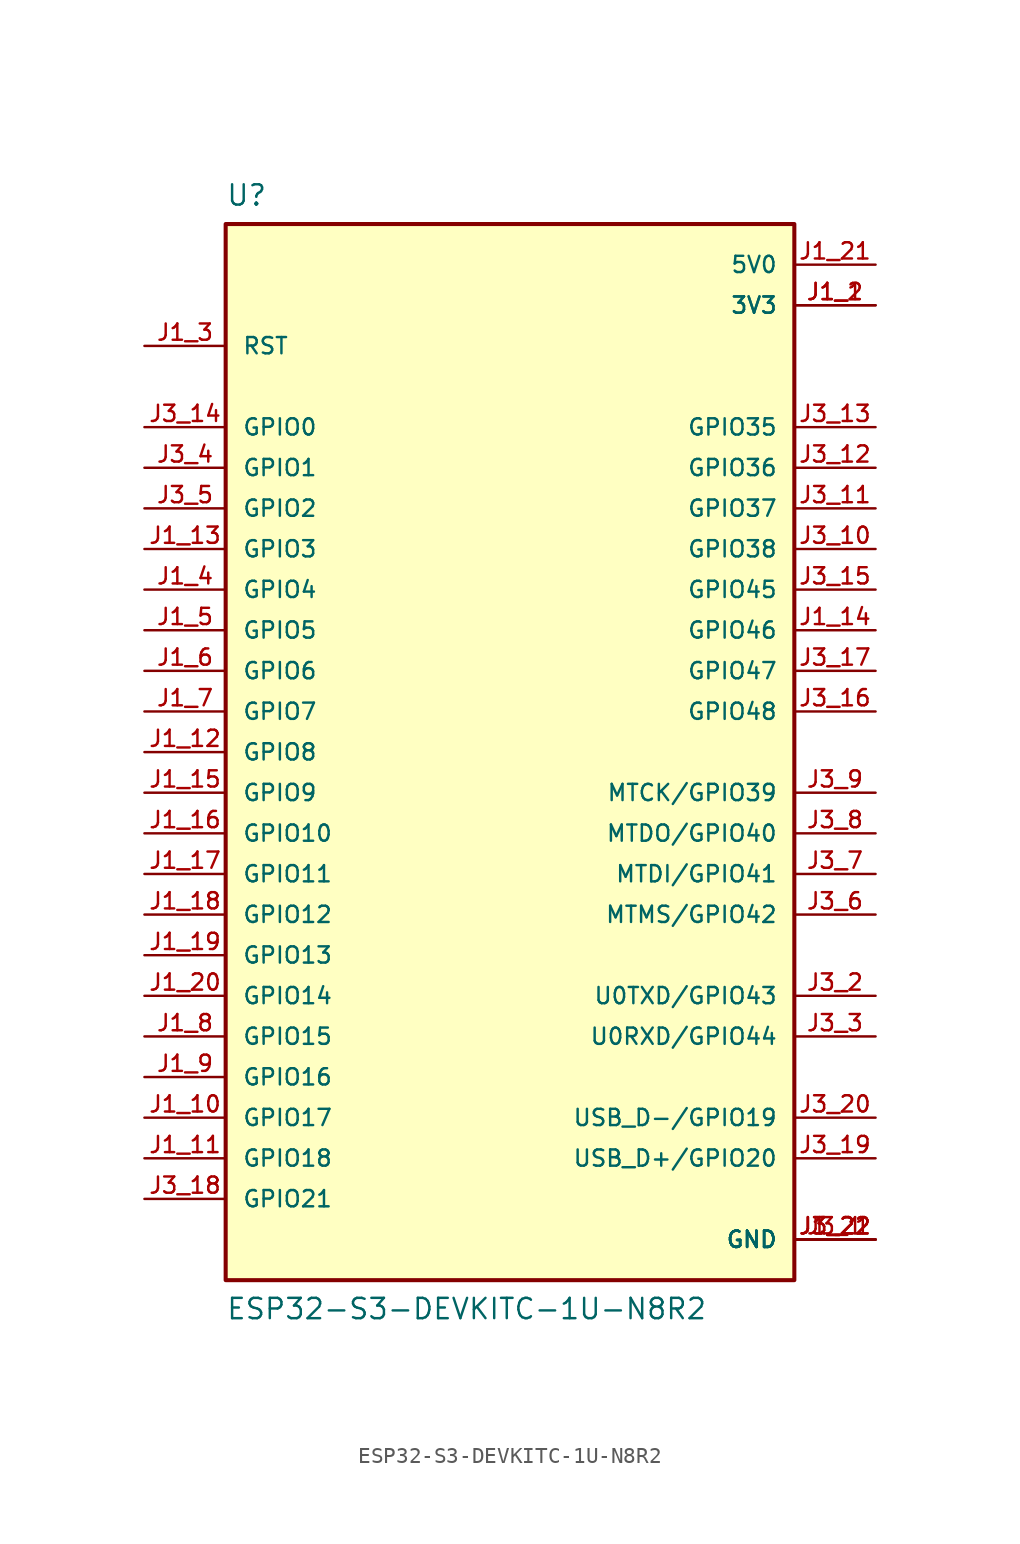
<source format=kicad_sym>
(kicad_symbol_lib
  (version 20231120)
  (generator "kicad_symbol_editor")
  (generator_version "8.0")
  (symbol "ESP32-S3-DEVKITC-1U-N8R2"
    (pin_names
      (offset 1.016))
    (property "Reference" "U"
      (at -17.78 35.56 0)
      (effects (font (size 1.27 1.27)) (justify left top)))
    (property "Value" "ESP32-S3-DEVKITC-1U-N8R2"
      (at -17.78 -35.56 0)
      (effects (font (size 1.27 1.27)) (justify left bottom)))
    (symbol "ESP32-S3-DEVKITC-1U-N8R2_0_0"
      (rectangle (start -17.78 -33.02) (end 17.78 33.02) (stroke (width 0.254) (type default)) (fill (type background)))
      (pin bidirectional line (at -22.86 -22.86 0) (length 5.08) (name "GPIO17" (effects (font (size 1.016 1.016)))) (number "J1_10" (effects (font (size 1.016 1.016)))))
      (pin bidirectional line (at -22.86 -25.4 0) (length 5.08) (name "GPIO18" (effects (font (size 1.016 1.016)))) (number "J1_11" (effects (font (size 1.016 1.016)))))
      (pin bidirectional line (at -22.86 0 0) (length 5.08) (name "GPIO8" (effects (font (size 1.016 1.016)))) (number "J1_12" (effects (font (size 1.016 1.016)))))
      (pin bidirectional line (at -22.86 12.7 0) (length 5.08) (name "GPIO3" (effects (font (size 1.016 1.016)))) (number "J1_13" (effects (font (size 1.016 1.016)))))
      (pin bidirectional line (at 22.86 7.62 180) (length 5.08) (name "GPIO46" (effects (font (size 1.016 1.016)))) (number "J1_14" (effects (font (size 1.016 1.016)))))
      (pin bidirectional line (at -22.86 -2.54 0) (length 5.08) (name "GPIO9" (effects (font (size 1.016 1.016)))) (number "J1_15" (effects (font (size 1.016 1.016)))))
      (pin bidirectional line (at -22.86 -5.08 0) (length 5.08) (name "GPIO10" (effects (font (size 1.016 1.016)))) (number "J1_16" (effects (font (size 1.016 1.016)))))
      (pin bidirectional line (at -22.86 -7.62 0) (length 5.08) (name "GPIO11" (effects (font (size 1.016 1.016)))) (number "J1_17" (effects (font (size 1.016 1.016)))))
      (pin bidirectional line (at -22.86 -10.16 0) (length 5.08) (name "GPIO12" (effects (font (size 1.016 1.016)))) (number "J1_18" (effects (font (size 1.016 1.016)))))
      (pin bidirectional line (at -22.86 -12.7 0) (length 5.08) (name "GPIO13" (effects (font (size 1.016 1.016)))) (number "J1_19" (effects (font (size 1.016 1.016)))))
      (pin bidirectional line (at -22.86 -15.24 0) (length 5.08) (name "GPIO14" (effects (font (size 1.016 1.016)))) (number "J1_20" (effects (font (size 1.016 1.016)))))
      (pin power_in line (at 22.86 30.48 180) (length 5.08) (name "5V0" (effects (font (size 1.016 1.016)))) (number "J1_21" (effects (font (size 1.016 1.016)))))
      (pin power_in line (at 22.86 -30.48 180) (length 5.08) (name "GND" (effects (font (size 1.016 1.016)))) (number "J1_22" (effects (font (size 1.016 1.016)))))
      (pin input line (at -22.86 25.4 0) (length 5.08) (name "RST" (effects (font (size 1.016 1.016)))) (number "J1_3" (effects (font (size 1.016 1.016)))))
      (pin bidirectional line (at -22.86 10.16 0) (length 5.08) (name "GPIO4" (effects (font (size 1.016 1.016)))) (number "J1_4" (effects (font (size 1.016 1.016)))))
      (pin bidirectional line (at -22.86 7.62 0) (length 5.08) (name "GPIO5" (effects (font (size 1.016 1.016)))) (number "J1_5" (effects (font (size 1.016 1.016)))))
      (pin bidirectional line (at -22.86 5.08 0) (length 5.08) (name "GPIO6" (effects (font (size 1.016 1.016)))) (number "J1_6" (effects (font (size 1.016 1.016)))))
      (pin bidirectional line (at -22.86 2.54 0) (length 5.08) (name "GPIO7" (effects (font (size 1.016 1.016)))) (number "J1_7" (effects (font (size 1.016 1.016)))))
      (pin bidirectional line (at -22.86 -17.78 0) (length 5.08) (name "GPIO15" (effects (font (size 1.016 1.016)))) (number "J1_8" (effects (font (size 1.016 1.016)))))
      (pin bidirectional line (at -22.86 -20.32 0) (length 5.08) (name "GPIO16" (effects (font (size 1.016 1.016)))) (number "J1_9" (effects (font (size 1.016 1.016)))))
      (pin power_in line (at 22.86 -30.48 180) (length 5.08) (name "GND" (effects (font (size 1.016 1.016)))) (number "J3_1" (effects (font (size 1.016 1.016)))))
      (pin bidirectional line (at 22.86 12.7 180) (length 5.08) (name "GPIO38" (effects (font (size 1.016 1.016)))) (number "J3_10" (effects (font (size 1.016 1.016)))))
      (pin bidirectional line (at 22.86 15.24 180) (length 5.08) (name "GPIO37" (effects (font (size 1.016 1.016)))) (number "J3_11" (effects (font (size 1.016 1.016)))))
      (pin bidirectional line (at 22.86 17.78 180) (length 5.08) (name "GPIO36" (effects (font (size 1.016 1.016)))) (number "J3_12" (effects (font (size 1.016 1.016)))))
      (pin bidirectional line (at 22.86 20.32 180) (length 5.08) (name "GPIO35" (effects (font (size 1.016 1.016)))) (number "J3_13" (effects (font (size 1.016 1.016)))))
      (pin bidirectional line (at -22.86 20.32 0) (length 5.08) (name "GPIO0" (effects (font (size 1.016 1.016)))) (number "J3_14" (effects (font (size 1.016 1.016)))))
      (pin bidirectional line (at 22.86 10.16 180) (length 5.08) (name "GPIO45" (effects (font (size 1.016 1.016)))) (number "J3_15" (effects (font (size 1.016 1.016)))))
      (pin bidirectional line (at 22.86 2.54 180) (length 5.08) (name "GPIO48" (effects (font (size 1.016 1.016)))) (number "J3_16" (effects (font (size 1.016 1.016)))))
      (pin bidirectional line (at 22.86 5.08 180) (length 5.08) (name "GPIO47" (effects (font (size 1.016 1.016)))) (number "J3_17" (effects (font (size 1.016 1.016)))))
      (pin bidirectional line (at -22.86 -27.94 0) (length 5.08) (name "GPIO21" (effects (font (size 1.016 1.016)))) (number "J3_18" (effects (font (size 1.016 1.016)))))
      (pin bidirectional line (at 22.86 -25.4 180) (length 5.08) (name "USB_D+/GPIO20" (effects (font (size 1.016 1.016)))) (number "J3_19" (effects (font (size 1.016 1.016)))))
      (pin bidirectional line (at 22.86 -15.24 180) (length 5.08) (name "U0TXD/GPIO43" (effects (font (size 1.016 1.016)))) (number "J3_2" (effects (font (size 1.016 1.016)))))
      (pin bidirectional line (at 22.86 -22.86 180) (length 5.08) (name "USB_D-/GPIO19" (effects (font (size 1.016 1.016)))) (number "J3_20" (effects (font (size 1.016 1.016)))))
      (pin power_in line (at 22.86 -30.48 180) (length 5.08) (name "GND" (effects (font (size 1.016 1.016)))) (number "J3_21" (effects (font (size 1.016 1.016)))))
      (pin power_in line (at 22.86 -30.48 180) (length 5.08) (name "GND" (effects (font (size 1.016 1.016)))) (number "J3_22" (effects (font (size 1.016 1.016)))))
      (pin bidirectional line (at 22.86 -17.78 180) (length 5.08) (name "U0RXD/GPIO44" (effects (font (size 1.016 1.016)))) (number "J3_3" (effects (font (size 1.016 1.016)))))
      (pin bidirectional line (at -22.86 17.78 0) (length 5.08) (name "GPIO1" (effects (font (size 1.016 1.016)))) (number "J3_4" (effects (font (size 1.016 1.016)))))
      (pin bidirectional line (at -22.86 15.24 0) (length 5.08) (name "GPIO2" (effects (font (size 1.016 1.016)))) (number "J3_5" (effects (font (size 1.016 1.016)))))
      (pin bidirectional line (at 22.86 -10.16 180) (length 5.08) (name "MTMS/GPIO42" (effects (font (size 1.016 1.016)))) (number "J3_6" (effects (font (size 1.016 1.016)))))
      (pin bidirectional line (at 22.86 -7.62 180) (length 5.08) (name "MTDI/GPIO41" (effects (font (size 1.016 1.016)))) (number "J3_7" (effects (font (size 1.016 1.016)))))
      (pin bidirectional line (at 22.86 -5.08 180) (length 5.08) (name "MTDO/GPIO40" (effects (font (size 1.016 1.016)))) (number "J3_8" (effects (font (size 1.016 1.016)))))
      (pin bidirectional line (at 22.86 -2.54 180) (length 5.08) (name "MTCK/GPIO39" (effects (font (size 1.016 1.016)))) (number "J3_9" (effects (font (size 1.016 1.016))))))
    (symbol "ESP32-S3-DEVKITC-1U-N8R2_1_0"
      (pin output line (at 22.86 27.94 180) (length 5.08) (name "3V3" (effects (font (size 1.016 1.016)))) (number "J1_1" (effects (font (size 1.016 1.016)))))
      (pin output line (at 22.86 27.94 180) (length 5.08) (name "3V3" (effects (font (size 1.016 1.016)))) (number "J1_2" (effects (font (size 1.016 1.016))))))))
</source>
